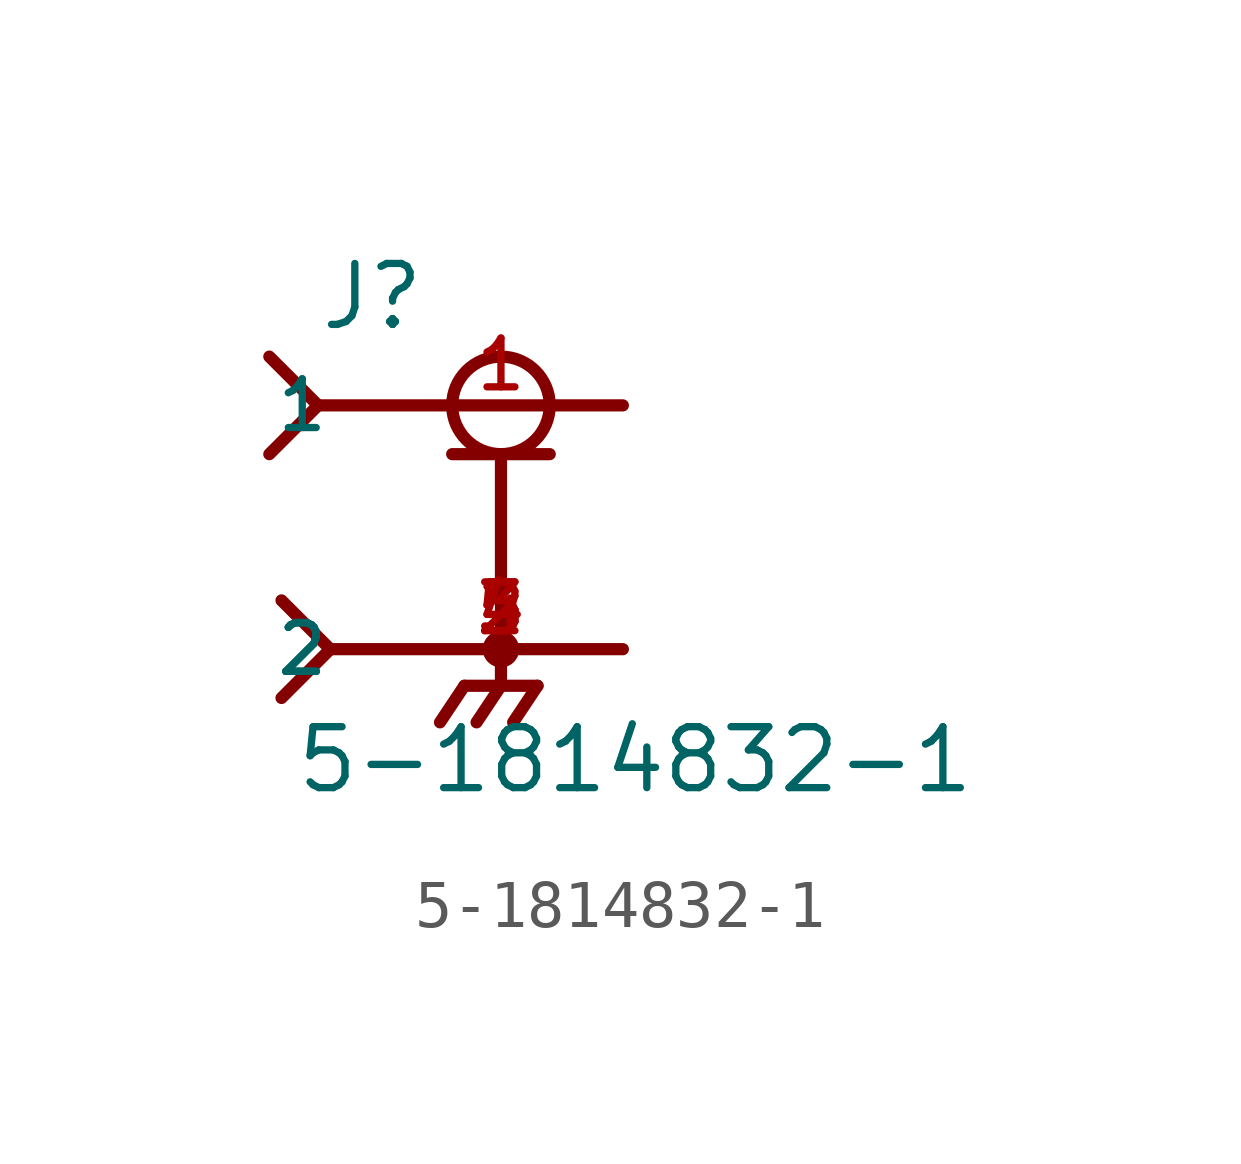
<source format=kicad_sym>
(kicad_symbol_lib
  (version 20211014)
  (generator kicad_symbol_editor)
  (symbol "5-1814832-1"
    (pin_names
      (offset 1.016))
    (property "Reference" "J"
      (at -3.81 4.064 0)
      (effects (font (size 1.27 1.27)) (justify left bottom)))
    (property "Value" "5-1814832-1"
      (at -4.318 -5.588 0)
      (effects (font (size 1.27 1.27)) (justify left bottom)))
    (property "ki_locked" ""
      (at 0 0 0)
      (effects (font (size 1.27 1.27))))
    (symbol "5-1814832-1_0_0"
      (circle (center 0 -2.54) (radius 0.254) (stroke (width 0.254) (type default) (color 0 0 0 0)) (fill (type none)))
      (polyline (pts (xy -4.826 1.524) (xy -3.81 2.54)) (stroke (width 0.254) (type default) (color 0 0 0 0)) (fill (type none)))
      (polyline (pts (xy -4.826 3.556) (xy -3.81 2.54)) (stroke (width 0.254) (type default) (color 0 0 0 0)) (fill (type none)))
      (polyline (pts (xy -4.572 -3.556) (xy -3.556 -2.54)) (stroke (width 0.254) (type default) (color 0 0 0 0)) (fill (type none)))
      (polyline (pts (xy -4.572 -1.524) (xy -3.556 -2.54)) (stroke (width 0.254) (type default) (color 0 0 0 0)) (fill (type none)))
      (polyline (pts (xy -3.81 2.54) (xy 2.54 2.54)) (stroke (width 0.254) (type default) (color 0 0 0 0)) (fill (type none)))
      (polyline (pts (xy -1.016 1.524) (xy 0 1.524)) (stroke (width 0.254) (type default) (color 0 0 0 0)) (fill (type none)))
      (polyline (pts (xy -0.762 -3.302) (xy -1.27 -4.064)) (stroke (width 0.254) (type default) (color 0 0 0 0)) (fill (type none)))
      (polyline (pts (xy 0 -3.302) (xy -0.762 -3.302)) (stroke (width 0.254) (type default) (color 0 0 0 0)) (fill (type none)))
      (polyline (pts (xy 0 -3.302) (xy -0.508 -4.064)) (stroke (width 0.254) (type default) (color 0 0 0 0)) (fill (type none)))
      (polyline (pts (xy 0 -3.302) (xy 0.762 -3.302)) (stroke (width 0.254) (type default) (color 0 0 0 0)) (fill (type none)))
      (polyline (pts (xy 0 -2.54) (xy -3.556 -2.54)) (stroke (width 0.254) (type default) (color 0 0 0 0)) (fill (type none)))
      (polyline (pts (xy 0 -2.54) (xy 0 -3.302)) (stroke (width 0.254) (type default) (color 0 0 0 0)) (fill (type none)))
      (polyline (pts (xy 0 1.524) (xy 0 -2.54)) (stroke (width 0.254) (type default) (color 0 0 0 0)) (fill (type none)))
      (polyline (pts (xy 0 1.524) (xy 1.016 1.524)) (stroke (width 0.254) (type default) (color 0 0 0 0)) (fill (type none)))
      (polyline (pts (xy 0.762 -3.302) (xy 0.254 -4.064)) (stroke (width 0.254) (type default) (color 0 0 0 0)) (fill (type none)))
      (polyline (pts (xy 2.54 -2.54) (xy 0 -2.54)) (stroke (width 0.254) (type default) (color 0 0 0 0)) (fill (type none)))
      (circle (center 0 2.54) (radius 1.016) (stroke (width 0.254) (type default) (color 0 0 0 0)) (fill (type none)))
      (pin passive line (at 2.54 2.54 180) (length 5.08) (name "1" (effects (font (size 1.016 1.016)))) (number "1" (effects (font (size 1.016 1.016)))))
      (pin passive line (at 2.54 -2.54 180) (length 5.08) (name "2" (effects (font (size 1.016 1.016)))) (number "2" (effects (font (size 1.016 1.016)))))
      (pin passive line (at 2.54 -2.54 180) (length 5.08) (name "2" (effects (font (size 1.016 1.016)))) (number "3" (effects (font (size 1.016 1.016)))))
      (pin passive line (at 2.54 -2.54 180) (length 5.08) (name "2" (effects (font (size 1.016 1.016)))) (number "4" (effects (font (size 1.016 1.016)))))
      (pin passive line (at 2.54 -2.54 180) (length 5.08) (name "2" (effects (font (size 1.016 1.016)))) (number "5" (effects (font (size 1.016 1.016))))))))
</source>
